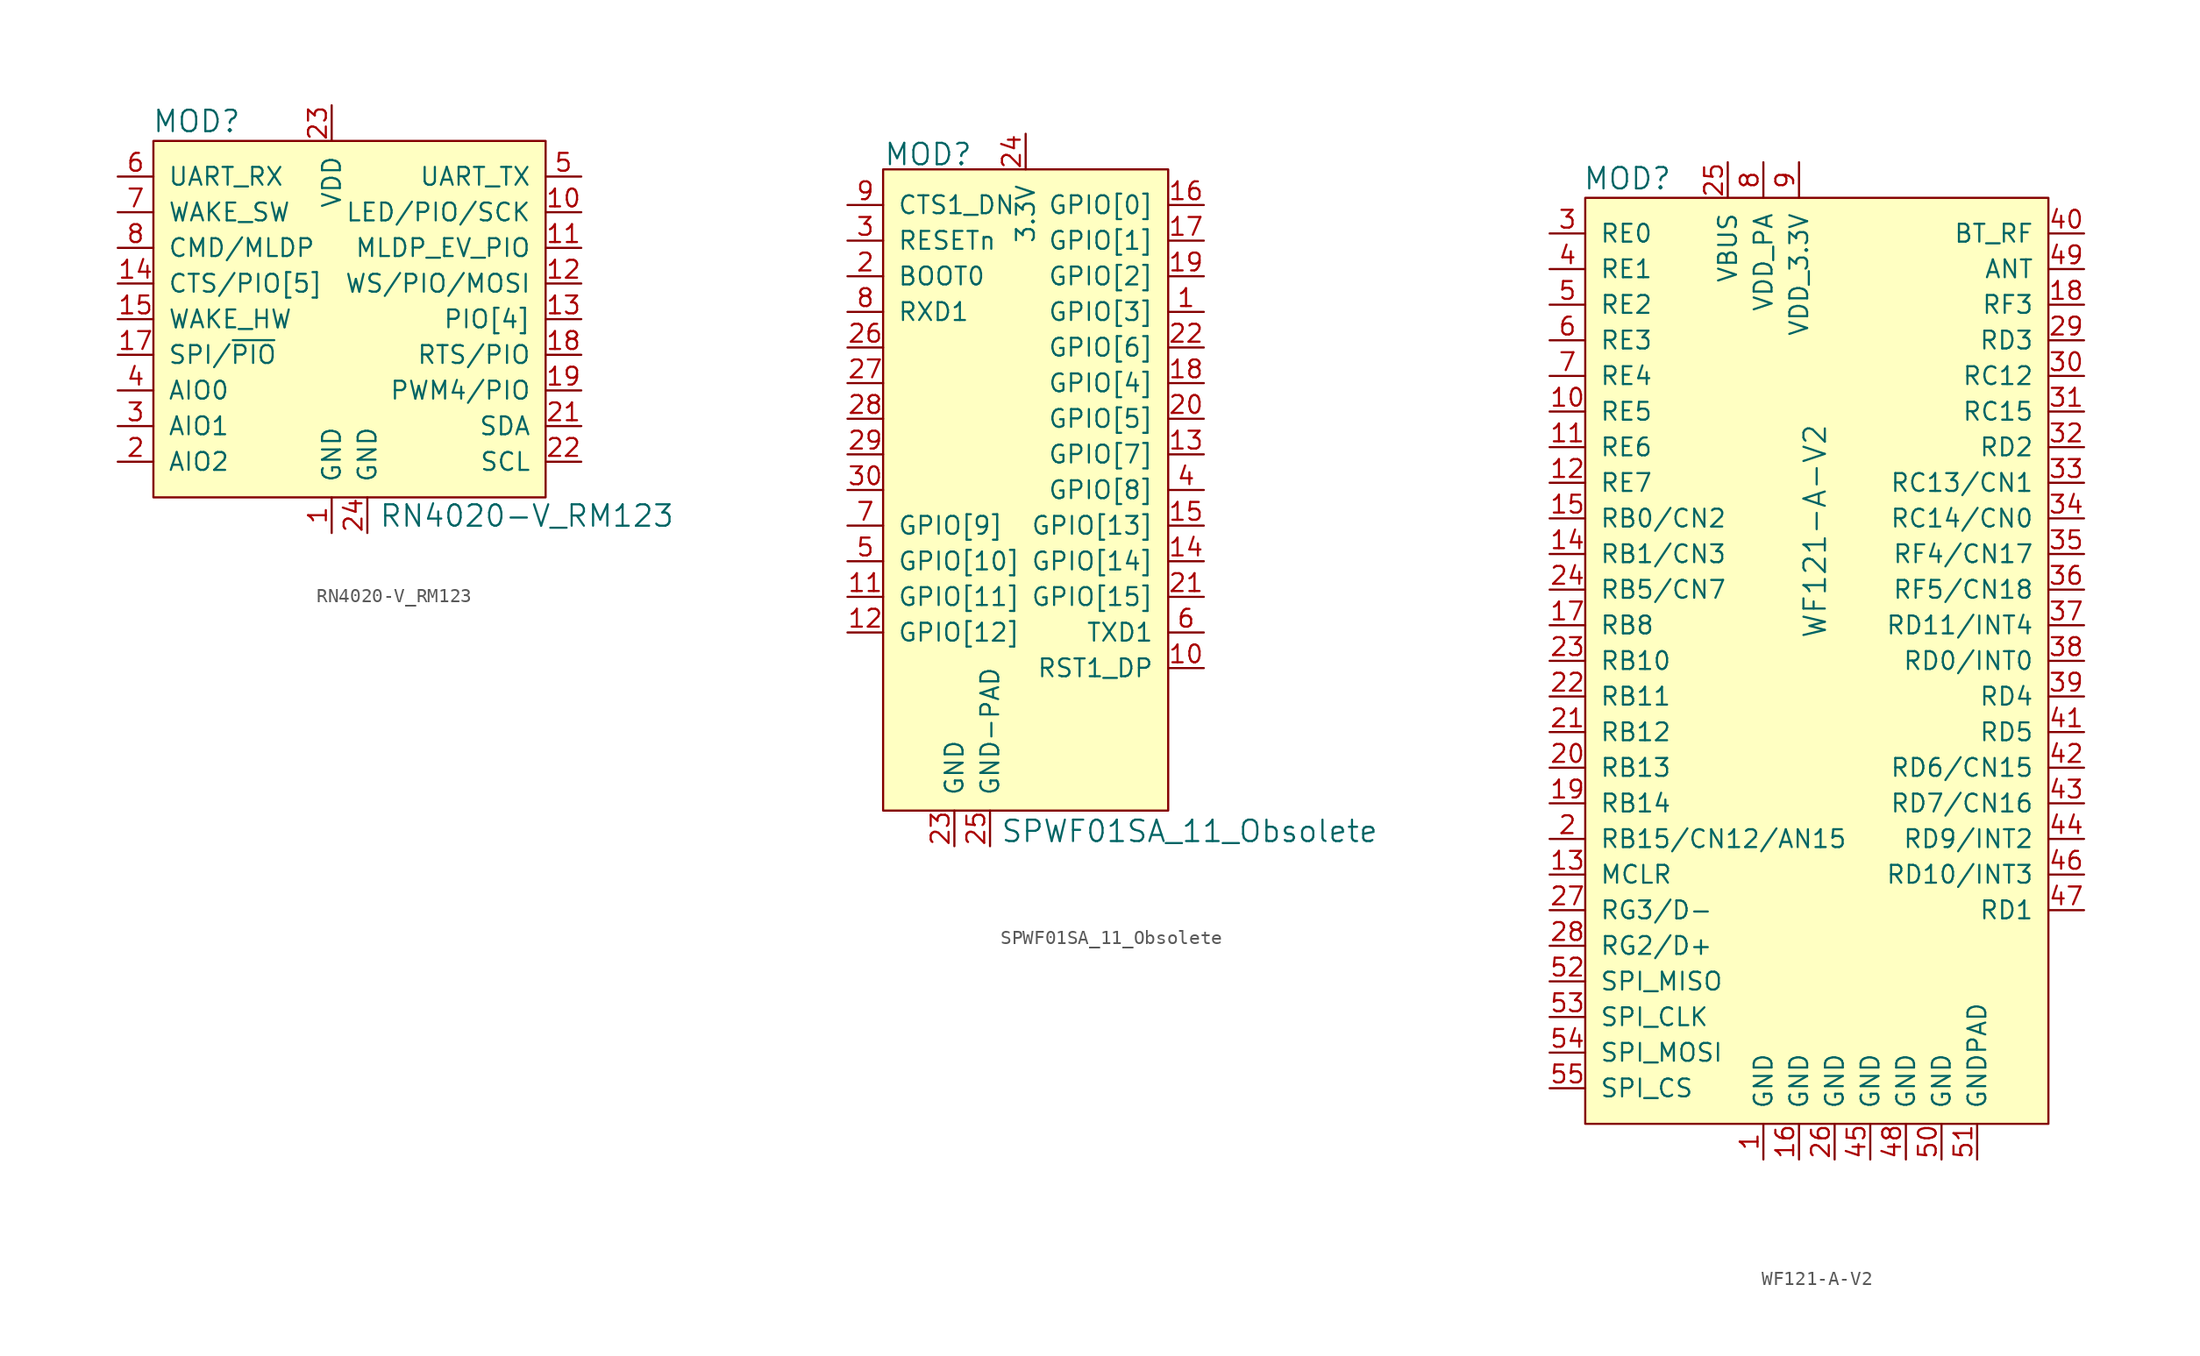
<source format=kicad_sym>
(kicad_symbol_lib
  (version 20211014)
  (generator kicad_symbol_editor)
  (symbol "RN4020-V_RM123"
    (pin_names
      (offset 1.016))
    (property "Reference" "MOD"
      (at -12.802 14.097 0)
      (effects (font (size 1.524 1.524)) (justify left)))
    (property "Value" "RN4020-V_RM123"
      (at 3.353 -14.021 0)
      (effects (font (size 1.524 1.524)) (justify left)))
    (symbol "RN4020-V_RM123_0_1"
      (rectangle (start -12.7 12.7) (end 15.24 -12.7) (stroke (width 0) (type default) (color 0 0 0 0)) (fill (type background))))
    (symbol "RN4020-V_RM123_1_1"
      (pin power_in line (at 0 -15.24 90) (length 2.54) (name "GND" (effects (font (size 1.27 1.27)))) (number "1" (effects (font (size 1.27 1.27)))))
      (pin output line (at 17.78 7.62 180) (length 2.54) (name "LED/PIO/SCK" (effects (font (size 1.27 1.27)))) (number "10" (effects (font (size 1.27 1.27)))))
      (pin output line (at 17.78 5.08 180) (length 2.54) (name "MLDP_EV_PIO" (effects (font (size 1.27 1.27)))) (number "11" (effects (font (size 1.27 1.27)))))
      (pin output line (at 17.78 2.54 180) (length 2.54) (name "WS/PIO/MOSI" (effects (font (size 1.27 1.27)))) (number "12" (effects (font (size 1.27 1.27)))))
      (pin bidirectional line (at 17.78 0 180) (length 2.54) (name "PIO[4]" (effects (font (size 1.27 1.27)))) (number "13" (effects (font (size 1.27 1.27)))))
      (pin input line (at -15.24 2.54 0) (length 2.54) (name "CTS/PIO[5]" (effects (font (size 1.27 1.27)))) (number "14" (effects (font (size 1.27 1.27)))))
      (pin input line (at -15.24 0 0) (length 2.54) (name "WAKE_HW" (effects (font (size 1.27 1.27)))) (number "15" (effects (font (size 1.27 1.27)))))
      (pin input line (at -15.24 -2.54 0) (length 2.54) (name "SPI/~{PIO}" (effects (font (size 1.27 1.27)))) (number "17" (effects (font (size 1.27 1.27)))))
      (pin output line (at 17.78 -2.54 180) (length 2.54) (name "RTS/PIO" (effects (font (size 1.27 1.27)))) (number "18" (effects (font (size 1.27 1.27)))))
      (pin bidirectional line (at 17.78 -5.08 180) (length 2.54) (name "PWM4/PIO" (effects (font (size 1.27 1.27)))) (number "19" (effects (font (size 1.27 1.27)))))
      (pin bidirectional line (at -15.24 -10.16 0) (length 2.54) (name "AIO2" (effects (font (size 1.27 1.27)))) (number "2" (effects (font (size 1.27 1.27)))))
      (pin no_connect line (at -2.54 -12.7 90) (length 2.54) hide (name "RSVD" (effects (font (size 1.27 1.27)))) (number "20" (effects (font (size 1.27 1.27)))))
      (pin bidirectional line (at 17.78 -7.62 180) (length 2.54) (name "SDA" (effects (font (size 1.27 1.27)))) (number "21" (effects (font (size 1.27 1.27)))))
      (pin bidirectional line (at 17.78 -10.16 180) (length 2.54) (name "SCL" (effects (font (size 1.27 1.27)))) (number "22" (effects (font (size 1.27 1.27)))))
      (pin power_in line (at 0 15.24 270) (length 2.54) (name "VDD" (effects (font (size 1.27 1.27)))) (number "23" (effects (font (size 1.27 1.27)))))
      (pin power_in line (at 2.54 -15.24 90) (length 2.54) (name "GND" (effects (font (size 1.27 1.27)))) (number "24" (effects (font (size 1.27 1.27)))))
      (pin bidirectional line (at -15.24 -7.62 0) (length 2.54) (name "AIO1" (effects (font (size 1.27 1.27)))) (number "3" (effects (font (size 1.27 1.27)))))
      (pin bidirectional line (at -15.24 -5.08 0) (length 2.54) (name "AIO0" (effects (font (size 1.27 1.27)))) (number "4" (effects (font (size 1.27 1.27)))))
      (pin output line (at 17.78 10.16 180) (length 2.54) (name "UART_TX" (effects (font (size 1.27 1.27)))) (number "5" (effects (font (size 1.27 1.27)))))
      (pin input line (at -15.24 10.16 0) (length 2.54) (name "UART_RX" (effects (font (size 1.27 1.27)))) (number "6" (effects (font (size 1.27 1.27)))))
      (pin input line (at -15.24 7.62 0) (length 2.54) (name "WAKE_SW" (effects (font (size 1.27 1.27)))) (number "7" (effects (font (size 1.27 1.27)))))
      (pin input line (at -15.24 5.08 0) (length 2.54) (name "CMD/MLDP" (effects (font (size 1.27 1.27)))) (number "8" (effects (font (size 1.27 1.27)))))))
  (symbol "SPWF01SA_11_Obsolete"
    (pin_names
      (offset 1.016))
    (property "Reference" "MOD"
      (at -10.135 6.147 0)
      (effects (font (size 1.524 1.524)) (justify left)))
    (property "Value" "SPWF01SA_11_Obsolete"
      (at -1.803 -42.113 0)
      (effects (font (size 1.524 1.524)) (justify left)))
    (symbol "SPWF01SA_11_Obsolete_0_1"
      (rectangle (start -10.16 5.08) (end 10.16 -40.64) (stroke (width 0) (type default) (color 0 0 0 0)) (fill (type background))))
    (symbol "SPWF01SA_11_Obsolete_1_1"
      (pin bidirectional line (at 12.7 -5.08 180) (length 2.54) (name "GPIO[3]" (effects (font (size 1.27 1.27)))) (number "1" (effects (font (size 1.27 1.27)))))
      (pin output line (at 12.7 -30.48 180) (length 2.54) (name "RST1_DP" (effects (font (size 1.27 1.27)))) (number "10" (effects (font (size 1.27 1.27)))))
      (pin bidirectional line (at -12.7 -25.4 0) (length 2.54) (name "GPIO[11]" (effects (font (size 1.27 1.27)))) (number "11" (effects (font (size 1.27 1.27)))))
      (pin bidirectional line (at -12.7 -27.94 0) (length 2.54) (name "GPIO[12]" (effects (font (size 1.27 1.27)))) (number "12" (effects (font (size 1.27 1.27)))))
      (pin bidirectional line (at 12.7 -15.24 180) (length 2.54) (name "GPIO[7]" (effects (font (size 1.27 1.27)))) (number "13" (effects (font (size 1.27 1.27)))))
      (pin bidirectional line (at 12.7 -22.86 180) (length 2.54) (name "GPIO[14]" (effects (font (size 1.27 1.27)))) (number "14" (effects (font (size 1.27 1.27)))))
      (pin bidirectional line (at 12.7 -20.32 180) (length 2.54) (name "GPIO[13]" (effects (font (size 1.27 1.27)))) (number "15" (effects (font (size 1.27 1.27)))))
      (pin bidirectional line (at 12.7 2.54 180) (length 2.54) (name "GPIO[0]" (effects (font (size 1.27 1.27)))) (number "16" (effects (font (size 1.27 1.27)))))
      (pin bidirectional line (at 12.7 0 180) (length 2.54) (name "GPIO[1]" (effects (font (size 1.27 1.27)))) (number "17" (effects (font (size 1.27 1.27)))))
      (pin bidirectional line (at 12.7 -10.16 180) (length 2.54) (name "GPIO[4]" (effects (font (size 1.27 1.27)))) (number "18" (effects (font (size 1.27 1.27)))))
      (pin bidirectional line (at 12.7 -2.54 180) (length 2.54) (name "GPIO[2]" (effects (font (size 1.27 1.27)))) (number "19" (effects (font (size 1.27 1.27)))))
      (pin input line (at -12.7 -2.54 0) (length 2.54) (name "BOOT0" (effects (font (size 1.27 1.27)))) (number "2" (effects (font (size 1.27 1.27)))))
      (pin bidirectional line (at 12.7 -12.7 180) (length 2.54) (name "GPIO[5]" (effects (font (size 1.27 1.27)))) (number "20" (effects (font (size 1.27 1.27)))))
      (pin bidirectional line (at 12.7 -25.4 180) (length 2.54) (name "GPIO[15]" (effects (font (size 1.27 1.27)))) (number "21" (effects (font (size 1.27 1.27)))))
      (pin bidirectional line (at 12.7 -7.62 180) (length 2.54) (name "GPIO[6]" (effects (font (size 1.27 1.27)))) (number "22" (effects (font (size 1.27 1.27)))))
      (pin power_in line (at -5.08 -43.18 90) (length 2.54) (name "GND" (effects (font (size 1.27 1.27)))) (number "23" (effects (font (size 1.27 1.27)))))
      (pin power_in line (at 0 7.62 270) (length 2.54) (name "3.3V" (effects (font (size 1.27 1.27)))) (number "24" (effects (font (size 1.27 1.27)))))
      (pin power_in line (at -2.54 -43.18 90) (length 2.54) (name "GND-PAD" (effects (font (size 1.27 1.27)))) (number "25" (effects (font (size 1.27 1.27)))))
      (pin unspecified line (at -12.7 -7.62 0) (length 2.54) (name "~" (effects (font (size 1.27 1.27)))) (number "26" (effects (font (size 1.27 1.27)))))
      (pin unspecified line (at -12.7 -10.16 0) (length 2.54) (name "~" (effects (font (size 1.27 1.27)))) (number "27" (effects (font (size 1.27 1.27)))))
      (pin unspecified line (at -12.7 -12.7 0) (length 2.54) (name "~" (effects (font (size 1.27 1.27)))) (number "28" (effects (font (size 1.27 1.27)))))
      (pin unspecified line (at -12.7 -15.24 0) (length 2.54) (name "~" (effects (font (size 1.27 1.27)))) (number "29" (effects (font (size 1.27 1.27)))))
      (pin input line (at -12.7 0 0) (length 2.54) (name "RESETn" (effects (font (size 1.27 1.27)))) (number "3" (effects (font (size 1.27 1.27)))))
      (pin unspecified line (at -12.7 -17.78 0) (length 2.54) (name "~" (effects (font (size 1.27 1.27)))) (number "30" (effects (font (size 1.27 1.27)))))
      (pin bidirectional line (at 12.7 -17.78 180) (length 2.54) (name "GPIO[8]" (effects (font (size 1.27 1.27)))) (number "4" (effects (font (size 1.27 1.27)))))
      (pin bidirectional line (at -12.7 -22.86 0) (length 2.54) (name "GPIO[10]" (effects (font (size 1.27 1.27)))) (number "5" (effects (font (size 1.27 1.27)))))
      (pin output line (at 12.7 -27.94 180) (length 2.54) (name "TXD1" (effects (font (size 1.27 1.27)))) (number "6" (effects (font (size 1.27 1.27)))))
      (pin bidirectional line (at -12.7 -20.32 0) (length 2.54) (name "GPIO[9]" (effects (font (size 1.27 1.27)))) (number "7" (effects (font (size 1.27 1.27)))))
      (pin input line (at -12.7 -5.08 0) (length 2.54) (name "RXD1" (effects (font (size 1.27 1.27)))) (number "8" (effects (font (size 1.27 1.27)))))
      (pin input line (at -12.7 2.54 0) (length 2.54) (name "CTS1_DN" (effects (font (size 1.27 1.27)))) (number "9" (effects (font (size 1.27 1.27)))))))
  (symbol "WF121-A-V2"
    (pin_names
      (offset 1.016))
    (property "Reference" "MOD"
      (at -15.418 16.612 0)
      (effects (font (size 1.524 1.524)) (justify left)))
    (property "Value" "WF121-A-V2"
      (at 1.143 -8.534 90)
      (effects (font (size 1.524 1.524))))
    (symbol "WF121-A-V2_0_1"
      (rectangle (start 17.78 15.24) (end -15.24 -50.8) (stroke (width 0) (type default) (color 0 0 0 0)) (fill (type background))))
    (symbol "WF121-A-V2_1_0"
      (pin unspecified line (at -17.78 -40.64 0) (length 2.54) (name "SPI_MISO" (effects (font (size 1.27 1.27)))) (number "52" (effects (font (size 1.27 1.27)))))
      (pin unspecified line (at -17.78 -43.18 0) (length 2.54) (name "SPI_CLK" (effects (font (size 1.27 1.27)))) (number "53" (effects (font (size 1.27 1.27)))))
      (pin unspecified line (at -17.78 -45.72 0) (length 2.54) (name "SPI_MOSI" (effects (font (size 1.27 1.27)))) (number "54" (effects (font (size 1.27 1.27)))))
      (pin unspecified line (at -17.78 -48.26 0) (length 2.54) (name "SPI_CS" (effects (font (size 1.27 1.27)))) (number "55" (effects (font (size 1.27 1.27))))))
    (symbol "WF121-A-V2_1_1"
      (pin power_in line (at -2.54 -53.34 90) (length 2.54) (name "GND" (effects (font (size 1.27 1.27)))) (number "1" (effects (font (size 1.27 1.27)))))
      (pin bidirectional line (at -17.78 0 0) (length 2.54) (name "RE5" (effects (font (size 1.27 1.27)))) (number "10" (effects (font (size 1.27 1.27)))))
      (pin bidirectional line (at -17.78 -2.54 0) (length 2.54) (name "RE6" (effects (font (size 1.27 1.27)))) (number "11" (effects (font (size 1.27 1.27)))))
      (pin bidirectional line (at -17.78 -5.08 0) (length 2.54) (name "RE7" (effects (font (size 1.27 1.27)))) (number "12" (effects (font (size 1.27 1.27)))))
      (pin input line (at -17.78 -33.02 0) (length 2.54) (name "MCLR" (effects (font (size 1.27 1.27)))) (number "13" (effects (font (size 1.27 1.27)))))
      (pin bidirectional line (at -17.78 -10.16 0) (length 2.54) (name "RB1/CN3" (effects (font (size 1.27 1.27)))) (number "14" (effects (font (size 1.27 1.27)))))
      (pin bidirectional line (at -17.78 -7.62 0) (length 2.54) (name "RB0/CN2" (effects (font (size 1.27 1.27)))) (number "15" (effects (font (size 1.27 1.27)))))
      (pin power_in line (at 0 -53.34 90) (length 2.54) (name "GND" (effects (font (size 1.27 1.27)))) (number "16" (effects (font (size 1.27 1.27)))))
      (pin bidirectional line (at -17.78 -15.24 0) (length 2.54) (name "RB8" (effects (font (size 1.27 1.27)))) (number "17" (effects (font (size 1.27 1.27)))))
      (pin bidirectional line (at 20.32 7.62 180) (length 2.54) (name "RF3" (effects (font (size 1.27 1.27)))) (number "18" (effects (font (size 1.27 1.27)))))
      (pin bidirectional line (at -17.78 -27.94 0) (length 2.54) (name "RB14" (effects (font (size 1.27 1.27)))) (number "19" (effects (font (size 1.27 1.27)))))
      (pin bidirectional line (at -17.78 -30.48 0) (length 2.54) (name "RB15/CN12/AN15" (effects (font (size 1.27 1.27)))) (number "2" (effects (font (size 1.27 1.27)))))
      (pin bidirectional line (at -17.78 -25.4 0) (length 2.54) (name "RB13" (effects (font (size 1.27 1.27)))) (number "20" (effects (font (size 1.27 1.27)))))
      (pin bidirectional line (at -17.78 -22.86 0) (length 2.54) (name "RB12" (effects (font (size 1.27 1.27)))) (number "21" (effects (font (size 1.27 1.27)))))
      (pin bidirectional line (at -17.78 -20.32 0) (length 2.54) (name "RB11" (effects (font (size 1.27 1.27)))) (number "22" (effects (font (size 1.27 1.27)))))
      (pin bidirectional line (at -17.78 -17.78 0) (length 2.54) (name "RB10" (effects (font (size 1.27 1.27)))) (number "23" (effects (font (size 1.27 1.27)))))
      (pin bidirectional line (at -17.78 -12.7 0) (length 2.54) (name "RB5/CN7" (effects (font (size 1.27 1.27)))) (number "24" (effects (font (size 1.27 1.27)))))
      (pin power_in line (at -5.08 17.78 270) (length 2.54) (name "VBUS" (effects (font (size 1.27 1.27)))) (number "25" (effects (font (size 1.27 1.27)))))
      (pin power_in line (at 2.54 -53.34 90) (length 2.54) (name "GND" (effects (font (size 1.27 1.27)))) (number "26" (effects (font (size 1.27 1.27)))))
      (pin input line (at -17.78 -35.56 0) (length 2.54) (name "RG3/D-" (effects (font (size 1.27 1.27)))) (number "27" (effects (font (size 1.27 1.27)))))
      (pin input line (at -17.78 -38.1 0) (length 2.54) (name "RG2/D+" (effects (font (size 1.27 1.27)))) (number "28" (effects (font (size 1.27 1.27)))))
      (pin bidirectional line (at 20.32 5.08 180) (length 2.54) (name "RD3" (effects (font (size 1.27 1.27)))) (number "29" (effects (font (size 1.27 1.27)))))
      (pin bidirectional line (at -17.78 12.7 0) (length 2.54) (name "RE0" (effects (font (size 1.27 1.27)))) (number "3" (effects (font (size 1.27 1.27)))))
      (pin bidirectional line (at 20.32 2.54 180) (length 2.54) (name "RC12" (effects (font (size 1.27 1.27)))) (number "30" (effects (font (size 1.27 1.27)))))
      (pin bidirectional line (at 20.32 0 180) (length 2.54) (name "RC15" (effects (font (size 1.27 1.27)))) (number "31" (effects (font (size 1.27 1.27)))))
      (pin bidirectional line (at 20.32 -2.54 180) (length 2.54) (name "RD2" (effects (font (size 1.27 1.27)))) (number "32" (effects (font (size 1.27 1.27)))))
      (pin bidirectional line (at 20.32 -5.08 180) (length 2.54) (name "RC13/CN1" (effects (font (size 1.27 1.27)))) (number "33" (effects (font (size 1.27 1.27)))))
      (pin bidirectional line (at 20.32 -7.62 180) (length 2.54) (name "RC14/CN0" (effects (font (size 1.27 1.27)))) (number "34" (effects (font (size 1.27 1.27)))))
      (pin bidirectional line (at 20.32 -10.16 180) (length 2.54) (name "RF4/CN17" (effects (font (size 1.27 1.27)))) (number "35" (effects (font (size 1.27 1.27)))))
      (pin bidirectional line (at 20.32 -12.7 180) (length 2.54) (name "RF5/CN18" (effects (font (size 1.27 1.27)))) (number "36" (effects (font (size 1.27 1.27)))))
      (pin bidirectional line (at 20.32 -15.24 180) (length 2.54) (name "RD11/INT4" (effects (font (size 1.27 1.27)))) (number "37" (effects (font (size 1.27 1.27)))))
      (pin bidirectional line (at 20.32 -17.78 180) (length 2.54) (name "RD0/INT0" (effects (font (size 1.27 1.27)))) (number "38" (effects (font (size 1.27 1.27)))))
      (pin bidirectional line (at 20.32 -20.32 180) (length 2.54) (name "RD4" (effects (font (size 1.27 1.27)))) (number "39" (effects (font (size 1.27 1.27)))))
      (pin bidirectional line (at -17.78 10.16 0) (length 2.54) (name "RE1" (effects (font (size 1.27 1.27)))) (number "4" (effects (font (size 1.27 1.27)))))
      (pin bidirectional line (at 20.32 12.7 180) (length 2.54) (name "BT_RF" (effects (font (size 1.27 1.27)))) (number "40" (effects (font (size 1.27 1.27)))))
      (pin bidirectional line (at 20.32 -22.86 180) (length 2.54) (name "RD5" (effects (font (size 1.27 1.27)))) (number "41" (effects (font (size 1.27 1.27)))))
      (pin bidirectional line (at 20.32 -25.4 180) (length 2.54) (name "RD6/CN15" (effects (font (size 1.27 1.27)))) (number "42" (effects (font (size 1.27 1.27)))))
      (pin bidirectional line (at 20.32 -27.94 180) (length 2.54) (name "RD7/CN16" (effects (font (size 1.27 1.27)))) (number "43" (effects (font (size 1.27 1.27)))))
      (pin bidirectional line (at 20.32 -30.48 180) (length 2.54) (name "RD9/INT2" (effects (font (size 1.27 1.27)))) (number "44" (effects (font (size 1.27 1.27)))))
      (pin power_in line (at 5.08 -53.34 90) (length 2.54) (name "GND" (effects (font (size 1.27 1.27)))) (number "45" (effects (font (size 1.27 1.27)))))
      (pin bidirectional line (at 20.32 -33.02 180) (length 2.54) (name "RD10/INT3" (effects (font (size 1.27 1.27)))) (number "46" (effects (font (size 1.27 1.27)))))
      (pin bidirectional line (at 20.32 -35.56 180) (length 2.54) (name "RD1" (effects (font (size 1.27 1.27)))) (number "47" (effects (font (size 1.27 1.27)))))
      (pin power_in line (at 7.62 -53.34 90) (length 2.54) (name "GND" (effects (font (size 1.27 1.27)))) (number "48" (effects (font (size 1.27 1.27)))))
      (pin bidirectional line (at 20.32 10.16 180) (length 2.54) (name "ANT" (effects (font (size 1.27 1.27)))) (number "49" (effects (font (size 1.27 1.27)))))
      (pin bidirectional line (at -17.78 7.62 0) (length 2.54) (name "RE2" (effects (font (size 1.27 1.27)))) (number "5" (effects (font (size 1.27 1.27)))))
      (pin power_in line (at 10.16 -53.34 90) (length 2.54) (name "GND" (effects (font (size 1.27 1.27)))) (number "50" (effects (font (size 1.27 1.27)))))
      (pin power_in line (at 12.7 -53.34 90) (length 2.54) (name "GNDPAD" (effects (font (size 1.27 1.27)))) (number "51" (effects (font (size 1.27 1.27)))))
      (pin bidirectional line (at -17.78 5.08 0) (length 2.54) (name "RE3" (effects (font (size 1.27 1.27)))) (number "6" (effects (font (size 1.27 1.27)))))
      (pin bidirectional line (at -17.78 2.54 0) (length 2.54) (name "RE4" (effects (font (size 1.27 1.27)))) (number "7" (effects (font (size 1.27 1.27)))))
      (pin power_in line (at -2.54 17.78 270) (length 2.54) (name "VDD_PA" (effects (font (size 1.27 1.27)))) (number "8" (effects (font (size 1.27 1.27)))))
      (pin power_in line (at 0 17.78 270) (length 2.54) (name "VDD_3.3V" (effects (font (size 1.27 1.27)))) (number "9" (effects (font (size 1.27 1.27))))))))
</source>
